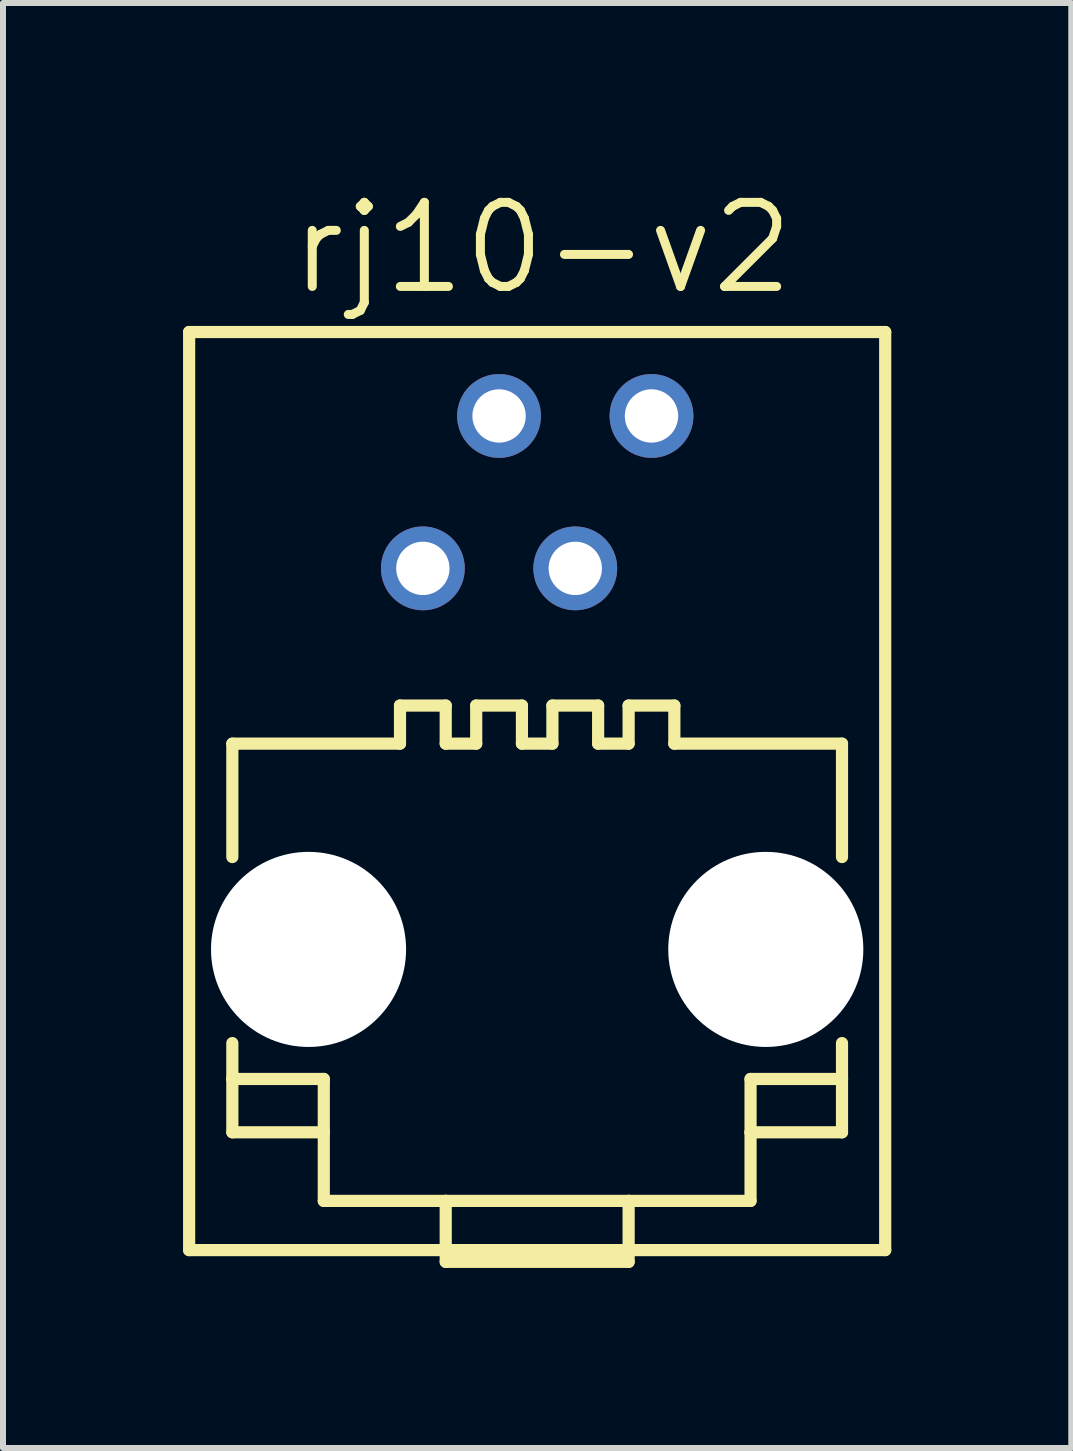
<source format=kicad_pcb>
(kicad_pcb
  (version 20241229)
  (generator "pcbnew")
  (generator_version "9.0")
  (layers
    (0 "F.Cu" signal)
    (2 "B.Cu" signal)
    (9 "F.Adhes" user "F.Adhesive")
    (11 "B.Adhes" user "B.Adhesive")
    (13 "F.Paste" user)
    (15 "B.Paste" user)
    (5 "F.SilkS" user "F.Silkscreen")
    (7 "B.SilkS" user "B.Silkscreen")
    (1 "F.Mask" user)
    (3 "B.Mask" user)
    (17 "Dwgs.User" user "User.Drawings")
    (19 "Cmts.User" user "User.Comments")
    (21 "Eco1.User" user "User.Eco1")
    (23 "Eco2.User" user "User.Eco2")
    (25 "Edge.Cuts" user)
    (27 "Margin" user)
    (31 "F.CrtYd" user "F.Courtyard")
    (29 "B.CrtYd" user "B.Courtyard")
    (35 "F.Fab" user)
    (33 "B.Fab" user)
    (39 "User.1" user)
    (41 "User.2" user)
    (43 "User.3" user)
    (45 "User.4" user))
  (footprint "rj10-v2"
    (layer "F.Cu")
    (at 5.902 11.883)
    (property "Reference" "rj10-v2" (at 0.088 -10.8 0) (layer "F.SilkS") (effects (font (size 1.401 1.401) (thickness 0.15))))
    (attr through_hole)
    (fp_line (start -5.8 -9.4) (end -5.8 5.9) (stroke (width 0.203) (type solid)) (layer "F.SilkS"))
    (fp_line (start -5.8 5.9) (end 5.8 5.9) (stroke (width 0.203) (type solid)) (layer "F.SilkS"))
    (fp_line (start -5.08 -2.54) (end -5.08 -0.65) (stroke (width 0.203) (type solid)) (layer "F.SilkS"))
    (fp_line (start -5.08 2.45) (end -5.08 3.048) (stroke (width 0.203) (type solid)) (layer "F.SilkS"))
    (fp_line (start -5.08 3.048) (end -5.08 3.937) (stroke (width 0.203) (type solid)) (layer "F.SilkS"))
    (fp_line (start -5.08 3.048) (end -3.556 3.048) (stroke (width 0.203) (type solid)) (layer "F.SilkS"))
    (fp_line (start -5.08 3.937) (end -3.556 3.937) (stroke (width 0.203) (type solid)) (layer "F.SilkS"))
    (fp_line (start -3.556 3.048) (end -3.556 3.937) (stroke (width 0.203) (type solid)) (layer "F.SilkS"))
    (fp_line (start -3.556 3.937) (end -3.556 5.08) (stroke (width 0.203) (type solid)) (layer "F.SilkS"))
    (fp_line (start -3.556 5.08) (end -1.524 5.08) (stroke (width 0.203) (type solid)) (layer "F.SilkS"))
    (fp_line (start -2.286 -3.175) (end -2.286 -2.54) (stroke (width 0.203) (type solid)) (layer "F.SilkS"))
    (fp_line (start -2.286 -3.175) (end -1.524 -3.175) (stroke (width 0.203) (type solid)) (layer "F.SilkS"))
    (fp_line (start -2.286 -2.54) (end -5.08 -2.54) (stroke (width 0.203) (type solid)) (layer "F.SilkS"))
    (fp_line (start -1.524 -3.175) (end -1.524 -2.54) (stroke (width 0.203) (type solid)) (layer "F.SilkS"))
    (fp_line (start -1.524 5.08) (end -1.524 6.096) (stroke (width 0.203) (type solid)) (layer "F.SilkS"))
    (fp_line (start -1.524 5.08) (end 1.524 5.08) (stroke (width 0.203) (type solid)) (layer "F.SilkS"))
    (fp_line (start -1.524 6.096) (end 1.524 6.096) (stroke (width 0.203) (type solid)) (layer "F.SilkS"))
    (fp_line (start -1.016 -3.175) (end -1.016 -2.54) (stroke (width 0.203) (type solid)) (layer "F.SilkS"))
    (fp_line (start -1.016 -3.175) (end -0.254 -3.175) (stroke (width 0.203) (type solid)) (layer "F.SilkS"))
    (fp_line (start -1.016 -2.54) (end -1.524 -2.54) (stroke (width 0.203) (type solid)) (layer "F.SilkS"))
    (fp_line (start -0.254 -3.175) (end -0.254 -2.54) (stroke (width 0.203) (type solid)) (layer "F.SilkS"))
    (fp_line (start 0.254 -3.175) (end 0.254 -2.54) (stroke (width 0.203) (type solid)) (layer "F.SilkS"))
    (fp_line (start 0.254 -3.175) (end 1.016 -3.175) (stroke (width 0.203) (type solid)) (layer "F.SilkS"))
    (fp_line (start 0.254 -2.54) (end -0.254 -2.54) (stroke (width 0.203) (type solid)) (layer "F.SilkS"))
    (fp_line (start 1.016 -3.175) (end 1.016 -2.54) (stroke (width 0.203) (type solid)) (layer "F.SilkS"))
    (fp_line (start 1.524 -3.175) (end 1.524 -2.54) (stroke (width 0.203) (type solid)) (layer "F.SilkS"))
    (fp_line (start 1.524 -3.175) (end 2.286 -3.175) (stroke (width 0.203) (type solid)) (layer "F.SilkS"))
    (fp_line (start 1.524 -2.54) (end 1.016 -2.54) (stroke (width 0.203) (type solid)) (layer "F.SilkS"))
    (fp_line (start 1.524 5.08) (end 3.556 5.08) (stroke (width 0.203) (type solid)) (layer "F.SilkS"))
    (fp_line (start 1.524 6.096) (end 1.524 5.08) (stroke (width 0.203) (type solid)) (layer "F.SilkS"))
    (fp_line (start 2.286 -3.175) (end 2.286 -2.54) (stroke (width 0.203) (type solid)) (layer "F.SilkS"))
    (fp_line (start 3.556 3.048) (end 3.556 3.937) (stroke (width 0.203) (type solid)) (layer "F.SilkS"))
    (fp_line (start 3.556 3.937) (end 3.556 5.08) (stroke (width 0.203) (type solid)) (layer "F.SilkS"))
    (fp_line (start 5.08 -2.54) (end 2.286 -2.54) (stroke (width 0.203) (type solid)) (layer "F.SilkS"))
    (fp_line (start 5.08 -0.65) (end 5.08 -2.54) (stroke (width 0.203) (type solid)) (layer "F.SilkS"))
    (fp_line (start 5.08 3.048) (end 3.556 3.048) (stroke (width 0.203) (type solid)) (layer "F.SilkS"))
    (fp_line (start 5.08 3.048) (end 5.08 2.45) (stroke (width 0.203) (type solid)) (layer "F.SilkS"))
    (fp_line (start 5.08 3.937) (end 3.556 3.937) (stroke (width 0.203) (type solid)) (layer "F.SilkS"))
    (fp_line (start 5.08 3.937) (end 5.08 3.048) (stroke (width 0.203) (type solid)) (layer "F.SilkS"))
    (fp_line (start 5.8 -9.4) (end -5.8 -9.4) (stroke (width 0.203) (type solid)) (layer "F.SilkS"))
    (fp_line (start 5.8 5.9) (end 5.8 -9.4) (stroke (width 0.203) (type solid)) (layer "F.SilkS"))
    (pad "" np_thru_hole circle (at -3.81 0.889) (size 3.251 3.251) (drill 3.251) (layers "*.Cu" "*.Mask"))
    (pad "" np_thru_hole circle (at 3.81 0.889) (size 3.251 3.251) (drill 3.251) (layers "*.Cu" "*.Mask"))
    (pad "1" thru_hole circle (at -1.905 -5.461) (size 1.397 1.397) (drill 0.889) (layers "*.Cu" "*.Mask"))
    (pad "2" thru_hole circle (at -0.635 -8.001) (size 1.397 1.397) (drill 0.889) (layers "*.Cu" "*.Mask"))
    (pad "3" thru_hole circle (at 0.635 -5.461) (size 1.397 1.397) (drill 0.889) (layers "*.Cu" "*.Mask"))
    (pad "4" thru_hole circle (at 1.905 -8.001) (size 1.397 1.397) (drill 0.889) (layers "*.Cu" "*.Mask")))
  (gr_rect
    (start -3 -3)
    (end 14.803 21.081)
    (stroke (width 0.1) (type default))
    (fill no)
    (layer "Edge.Cuts")))
</source>
